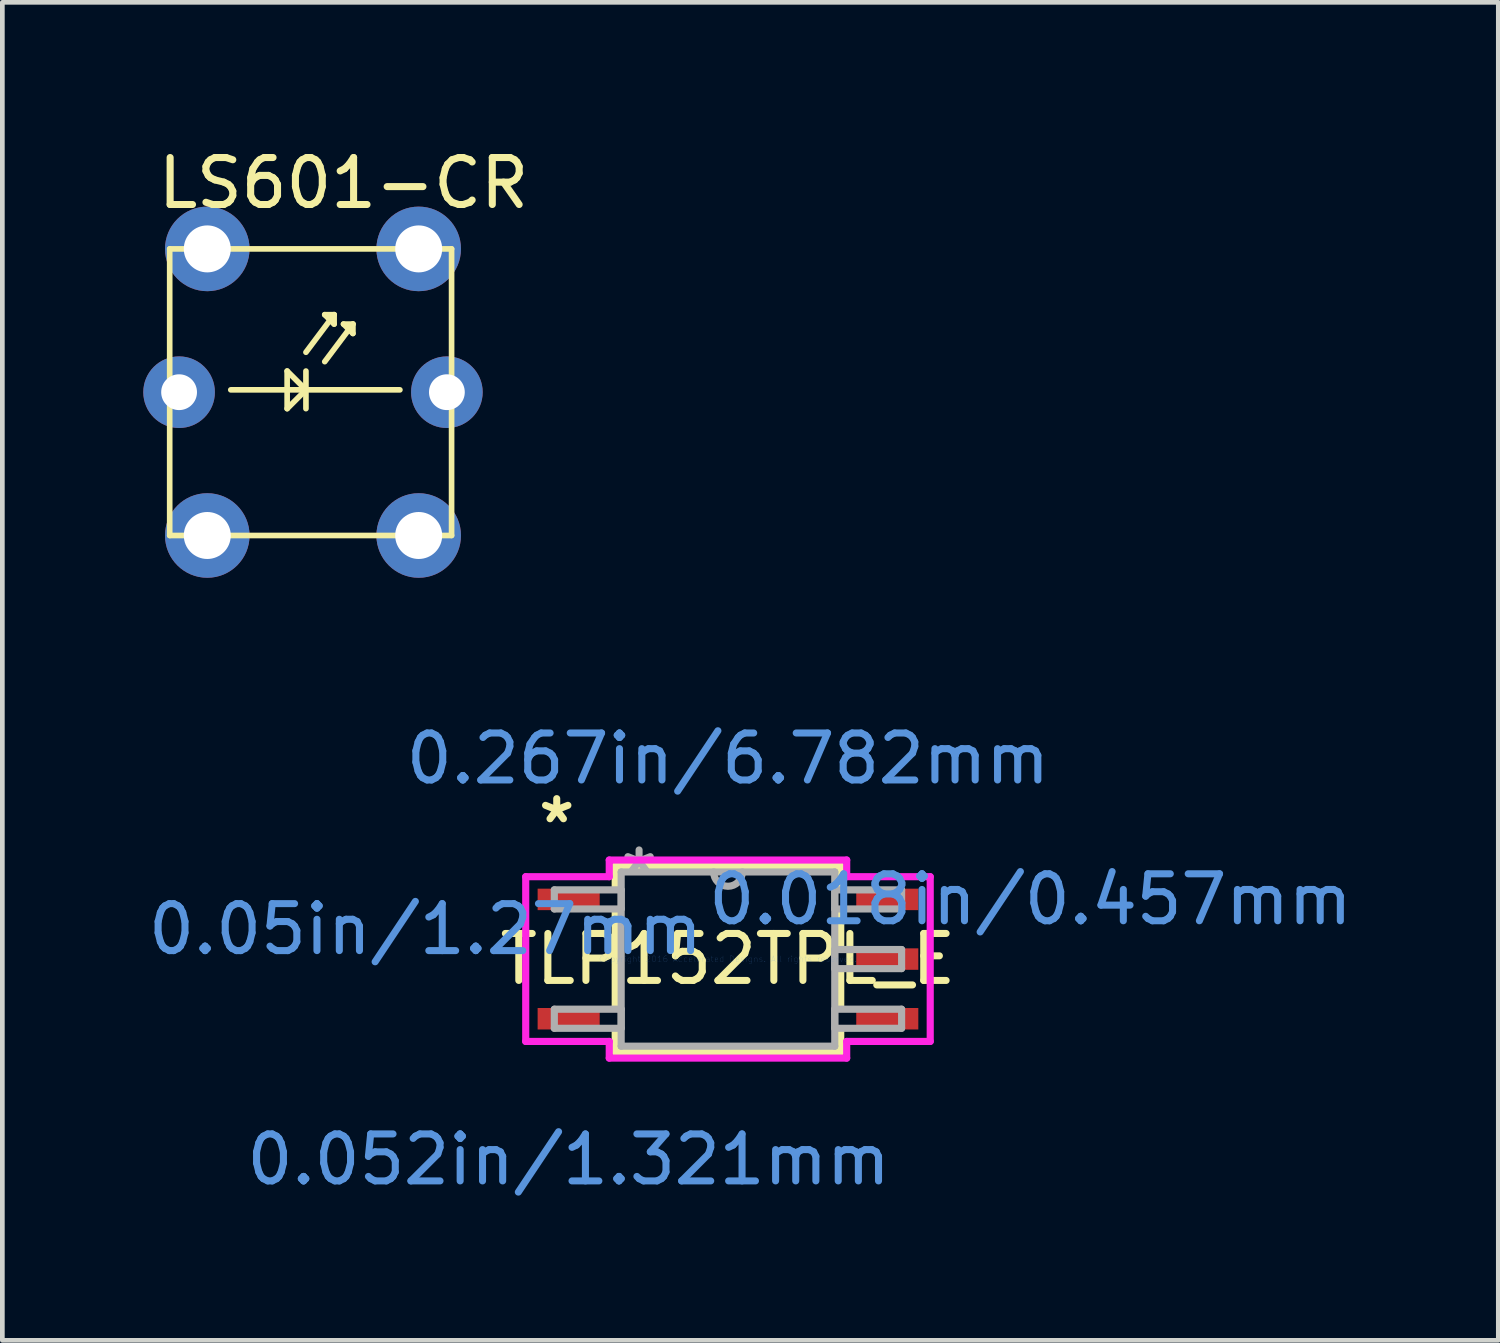
<source format=kicad_pcb>
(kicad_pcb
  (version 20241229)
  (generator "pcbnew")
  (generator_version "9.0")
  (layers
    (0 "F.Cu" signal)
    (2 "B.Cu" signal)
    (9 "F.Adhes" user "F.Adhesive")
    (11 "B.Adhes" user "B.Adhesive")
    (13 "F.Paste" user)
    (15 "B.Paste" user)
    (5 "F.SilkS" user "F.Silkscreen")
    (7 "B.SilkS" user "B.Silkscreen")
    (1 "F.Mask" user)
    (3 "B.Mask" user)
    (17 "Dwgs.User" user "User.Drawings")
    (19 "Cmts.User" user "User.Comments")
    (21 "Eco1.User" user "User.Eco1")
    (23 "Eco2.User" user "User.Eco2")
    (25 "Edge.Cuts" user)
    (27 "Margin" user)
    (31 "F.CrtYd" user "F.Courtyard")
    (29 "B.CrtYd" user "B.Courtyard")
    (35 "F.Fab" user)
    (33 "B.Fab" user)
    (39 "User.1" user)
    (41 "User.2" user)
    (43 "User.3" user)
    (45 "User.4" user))
  (footprint "LS601-CR"
    (layer "F.Cu")
    (at 5.862 2.248)
    (property "Reference" "LS601-CR" (at -1.6 -1.4 0) (layer "F.SilkS") (effects (font (size 1 1) (thickness 0.15))))
    (attr through_hole)
    (fp_line (start -5.3 0) (end -5.3 6.1) (stroke (width 0.12) (type solid)) (layer "F.SilkS"))
    (fp_line (start -5.3 6.1) (end 0.7 6.1) (stroke (width 0.12) (type solid)) (layer "F.SilkS"))
    (fp_line (start -4 3) (end -0.4 3) (stroke (width 0.12) (type solid)) (layer "F.SilkS"))
    (fp_line (start -2.8 2.6) (end -2.4 3) (stroke (width 0.12) (type solid)) (layer "F.SilkS"))
    (fp_line (start -2.8 3) (end -2.8 2.6) (stroke (width 0.12) (type solid)) (layer "F.SilkS"))
    (fp_line (start -2.8 3.4) (end -2.8 3) (stroke (width 0.12) (type solid)) (layer "F.SilkS"))
    (fp_line (start -2.4 2.2) (end -1.8 1.4) (stroke (width 0.12) (type solid)) (layer "F.SilkS"))
    (fp_line (start -2.4 2.6) (end -2.4 3.4) (stroke (width 0.12) (type solid)) (layer "F.SilkS"))
    (fp_line (start -2.4 3) (end -2.8 3.4) (stroke (width 0.12) (type solid)) (layer "F.SilkS"))
    (fp_line (start -2 1.4) (end -1.8 1.6) (stroke (width 0.12) (type solid)) (layer "F.SilkS"))
    (fp_line (start -2 2.4) (end -1.4 1.6) (stroke (width 0.12) (type solid)) (layer "F.SilkS"))
    (fp_line (start -1.8 1.4) (end -2 1.4) (stroke (width 0.12) (type solid)) (layer "F.SilkS"))
    (fp_line (start -1.8 1.6) (end -1.8 1.4) (stroke (width 0.12) (type solid)) (layer "F.SilkS"))
    (fp_line (start -1.6 1.6) (end -1.4 1.8) (stroke (width 0.12) (type solid)) (layer "F.SilkS"))
    (fp_line (start -1.4 1.6) (end -1.6 1.6) (stroke (width 0.12) (type solid)) (layer "F.SilkS"))
    (fp_line (start -1.4 1.8) (end -1.4 1.6) (stroke (width 0.12) (type solid)) (layer "F.SilkS"))
    (fp_line (start 0 0) (end -5.3 0) (stroke (width 0.12) (type solid)) (layer "F.SilkS"))
    (fp_line (start 0.7 0) (end 0 0) (stroke (width 0.12) (type solid)) (layer "F.SilkS"))
    (fp_line (start 0.7 6.1) (end 0.7 0) (stroke (width 0.12) (type solid)) (layer "F.SilkS"))
    (pad "1" thru_hole circle (at 0 0) (size 1.8 1.8) (drill 1) (layers "*.Cu" "*.Mask"))
    (pad "2" thru_hole circle (at 0 6.1) (size 1.8 1.8) (drill 1) (layers "*.Cu" "*.Mask"))
    (pad "3" thru_hole circle (at -4.5 0) (size 1.8 1.8) (drill 1) (layers "*.Cu" "*.Mask"))
    (pad "4" thru_hole circle (at -4.5 6.1) (size 1.8 1.8) (drill 1) (layers "*.Cu" "*.Mask"))
    (pad "5" thru_hole circle (at -5.1 3.05) (size 1.524 1.524) (drill 0.762) (layers "*.Cu" "*.Mask"))
    (pad "6" thru_hole circle (at 0.6 3.05) (size 1.524 1.524) (drill 0.762) (layers "*.Cu" "*.Mask")))
  (footprint "TLP152TPL_E"
    (layer "F.Cu")
    (at 12.445 17.364)
    (property "Reference" "TLP152TPL_E" (at 0 0 0) (layer "F.SilkS") (effects (font (size 1 1) (thickness 0.15))))
    (attr through_hole)
    (fp_line (start -2.4 -1.981) (end -2.4 -1.54) (stroke (width 0.152) (type solid)) (layer "F.SilkS"))
    (fp_line (start -2.4 -1) (end -2.4 1) (stroke (width 0.152) (type solid)) (layer "F.SilkS"))
    (fp_line (start -2.4 1.54) (end -2.4 1.981) (stroke (width 0.152) (type solid)) (layer "F.SilkS"))
    (fp_line (start -2.4 1.981) (end 2.4 1.981) (stroke (width 0.152) (type solid)) (layer "F.SilkS"))
    (fp_line (start 2.4 -1.981) (end -2.4 -1.981) (stroke (width 0.152) (type solid)) (layer "F.SilkS"))
    (fp_line (start 2.4 -1.54) (end 2.4 -1.981) (stroke (width 0.152) (type solid)) (layer "F.SilkS"))
    (fp_line (start 2.4 -0.27) (end 2.4 -1) (stroke (width 0.152) (type solid)) (layer "F.SilkS"))
    (fp_line (start 2.4 1) (end 2.4 0.27) (stroke (width 0.152) (type solid)) (layer "F.SilkS"))
    (fp_line (start 2.4 1.981) (end 2.4 1.54) (stroke (width 0.152) (type solid)) (layer "F.SilkS"))
    (fp_line (start -4.305 -1.753) (end -2.527 -1.753) (stroke (width 0.152) (type solid)) (layer "F.CrtYd"))
    (fp_line (start -4.305 1.753) (end -4.305 -1.753) (stroke (width 0.152) (type solid)) (layer "F.CrtYd"))
    (fp_line (start -4.305 1.753) (end -2.527 1.753) (stroke (width 0.152) (type solid)) (layer "F.CrtYd"))
    (fp_line (start -2.527 -2.108) (end 2.527 -2.108) (stroke (width 0.152) (type solid)) (layer "F.CrtYd"))
    (fp_line (start -2.527 -1.753) (end -2.527 -2.108) (stroke (width 0.152) (type solid)) (layer "F.CrtYd"))
    (fp_line (start -2.527 2.108) (end -2.527 1.753) (stroke (width 0.152) (type solid)) (layer "F.CrtYd"))
    (fp_line (start 2.527 -2.108) (end 2.527 -1.753) (stroke (width 0.152) (type solid)) (layer "F.CrtYd"))
    (fp_line (start 2.527 1.753) (end 2.527 2.108) (stroke (width 0.152) (type solid)) (layer "F.CrtYd"))
    (fp_line (start 2.527 2.108) (end -2.527 2.108) (stroke (width 0.152) (type solid)) (layer "F.CrtYd"))
    (fp_line (start 4.305 -1.753) (end 2.527 -1.753) (stroke (width 0.152) (type solid)) (layer "F.CrtYd"))
    (fp_line (start 4.305 -1.753) (end 4.305 1.753) (stroke (width 0.152) (type solid)) (layer "F.CrtYd"))
    (fp_line (start 4.305 1.753) (end 2.527 1.753) (stroke (width 0.152) (type solid)) (layer "F.CrtYd"))
    (fp_line (start -3.696 -1.473) (end -3.696 -1.067) (stroke (width 0.152) (type solid)) (layer "F.Fab"))
    (fp_line (start -3.696 -1.067) (end -2.273 -1.067) (stroke (width 0.152) (type solid)) (layer "F.Fab"))
    (fp_line (start -3.696 1.067) (end -3.696 1.473) (stroke (width 0.152) (type solid)) (layer "F.Fab"))
    (fp_line (start -3.696 1.473) (end -2.273 1.473) (stroke (width 0.152) (type solid)) (layer "F.Fab"))
    (fp_line (start -2.273 -1.854) (end -2.273 1.854) (stroke (width 0.152) (type solid)) (layer "F.Fab"))
    (fp_line (start -2.273 -1.473) (end -3.696 -1.473) (stroke (width 0.152) (type solid)) (layer "F.Fab"))
    (fp_line (start -2.273 -1.067) (end -2.273 -1.473) (stroke (width 0.152) (type solid)) (layer "F.Fab"))
    (fp_line (start -2.273 1.067) (end -3.696 1.067) (stroke (width 0.152) (type solid)) (layer "F.Fab"))
    (fp_line (start -2.273 1.473) (end -2.273 1.067) (stroke (width 0.152) (type solid)) (layer "F.Fab"))
    (fp_line (start -2.273 1.854) (end 2.273 1.854) (stroke (width 0.152) (type solid)) (layer "F.Fab"))
    (fp_line (start 2.273 -1.854) (end -2.273 -1.854) (stroke (width 0.152) (type solid)) (layer "F.Fab"))
    (fp_line (start 2.273 -1.473) (end 2.273 -1.067) (stroke (width 0.152) (type solid)) (layer "F.Fab"))
    (fp_line (start 2.273 -1.067) (end 3.696 -1.067) (stroke (width 0.152) (type solid)) (layer "F.Fab"))
    (fp_line (start 2.273 -0.203) (end 2.273 0.203) (stroke (width 0.152) (type solid)) (layer "F.Fab"))
    (fp_line (start 2.273 0.203) (end 3.696 0.203) (stroke (width 0.152) (type solid)) (layer "F.Fab"))
    (fp_line (start 2.273 1.067) (end 2.273 1.473) (stroke (width 0.152) (type solid)) (layer "F.Fab"))
    (fp_line (start 2.273 1.473) (end 3.696 1.473) (stroke (width 0.152) (type solid)) (layer "F.Fab"))
    (fp_line (start 2.273 1.854) (end 2.273 -1.854) (stroke (width 0.152) (type solid)) (layer "F.Fab"))
    (fp_line (start 3.696 -1.473) (end 2.273 -1.473) (stroke (width 0.152) (type solid)) (layer "F.Fab"))
    (fp_line (start 3.696 -1.067) (end 3.696 -1.473) (stroke (width 0.152) (type solid)) (layer "F.Fab"))
    (fp_line (start 3.696 -0.203) (end 2.273 -0.203) (stroke (width 0.152) (type solid)) (layer "F.Fab"))
    (fp_line (start 3.696 0.203) (end 3.696 -0.203) (stroke (width 0.152) (type solid)) (layer "F.Fab"))
    (fp_line (start 3.696 1.067) (end 2.273 1.067) (stroke (width 0.152) (type solid)) (layer "F.Fab"))
    (fp_line (start 3.696 1.473) (end 3.696 1.067) (stroke (width 0.152) (type solid)) (layer "F.Fab"))
    (fp_arc (start 0.3048 -1.8542) (mid 0 -1.5494) (end -0.3048 -1.8542) (stroke (width 0.1524) (type solid)) (layer "F.Fab"))
    (fp_text user "*" (at -3.645 -2.87 0) (layer "F.SilkS") (effects (font (size 1 1) (thickness 0.15))))
    (fp_text user "0.267in/6.782mm" (at 0 -4.267 0) (layer "Cmts.User") (effects (font (size 1 1) (thickness 0.15))))
    (fp_text user "0.05in/1.27mm" (at -6.439 -0.635 0) (layer "Cmts.User") (effects (font (size 1 1) (thickness 0.15))))
    (fp_text user "Copyright 2016 Accelerated Designs. All rights reserved." (at 0 0 0) (layer "Cmts.User") (effects (font (size 0.127 0.127) (thickness 0.002))))
    (fp_text user "0.052in/1.321mm" (at -3.391 4.267 0) (layer "Cmts.User") (effects (font (size 1 1) (thickness 0.15))))
    (fp_text user "0.018in/0.457mm" (at 6.439 -1.27 0) (layer "Cmts.User") (effects (font (size 1 1) (thickness 0.15))))
    (fp_text user "*" (at -1.892 -1.778 0) (layer "F.Fab") (effects (font (size 1 1) (thickness 0.15))))
    (pad "1" smd rect (at -3.391 -1.27) (size 1.321 0.457) (layers "F.Cu" "F.Mask" "F.Paste"))
    (pad "3" smd rect (at -3.391 1.27) (size 1.321 0.457) (layers "F.Cu" "F.Mask" "F.Paste"))
    (pad "4" smd rect (at 3.391 1.27) (size 1.321 0.457) (layers "F.Cu" "F.Mask" "F.Paste"))
    (pad "5" smd rect (at 3.391 0) (size 1.321 0.457) (layers "F.Cu" "F.Mask" "F.Paste"))
    (pad "6" smd rect (at 3.391 -1.27) (size 1.321 0.457) (layers "F.Cu" "F.Mask" "F.Paste")))
  (gr_rect
    (start -3 -3)
    (end 28.842 25.479)
    (stroke (width 0.1) (type default))
    (fill no)
    (layer "Edge.Cuts")))
</source>
